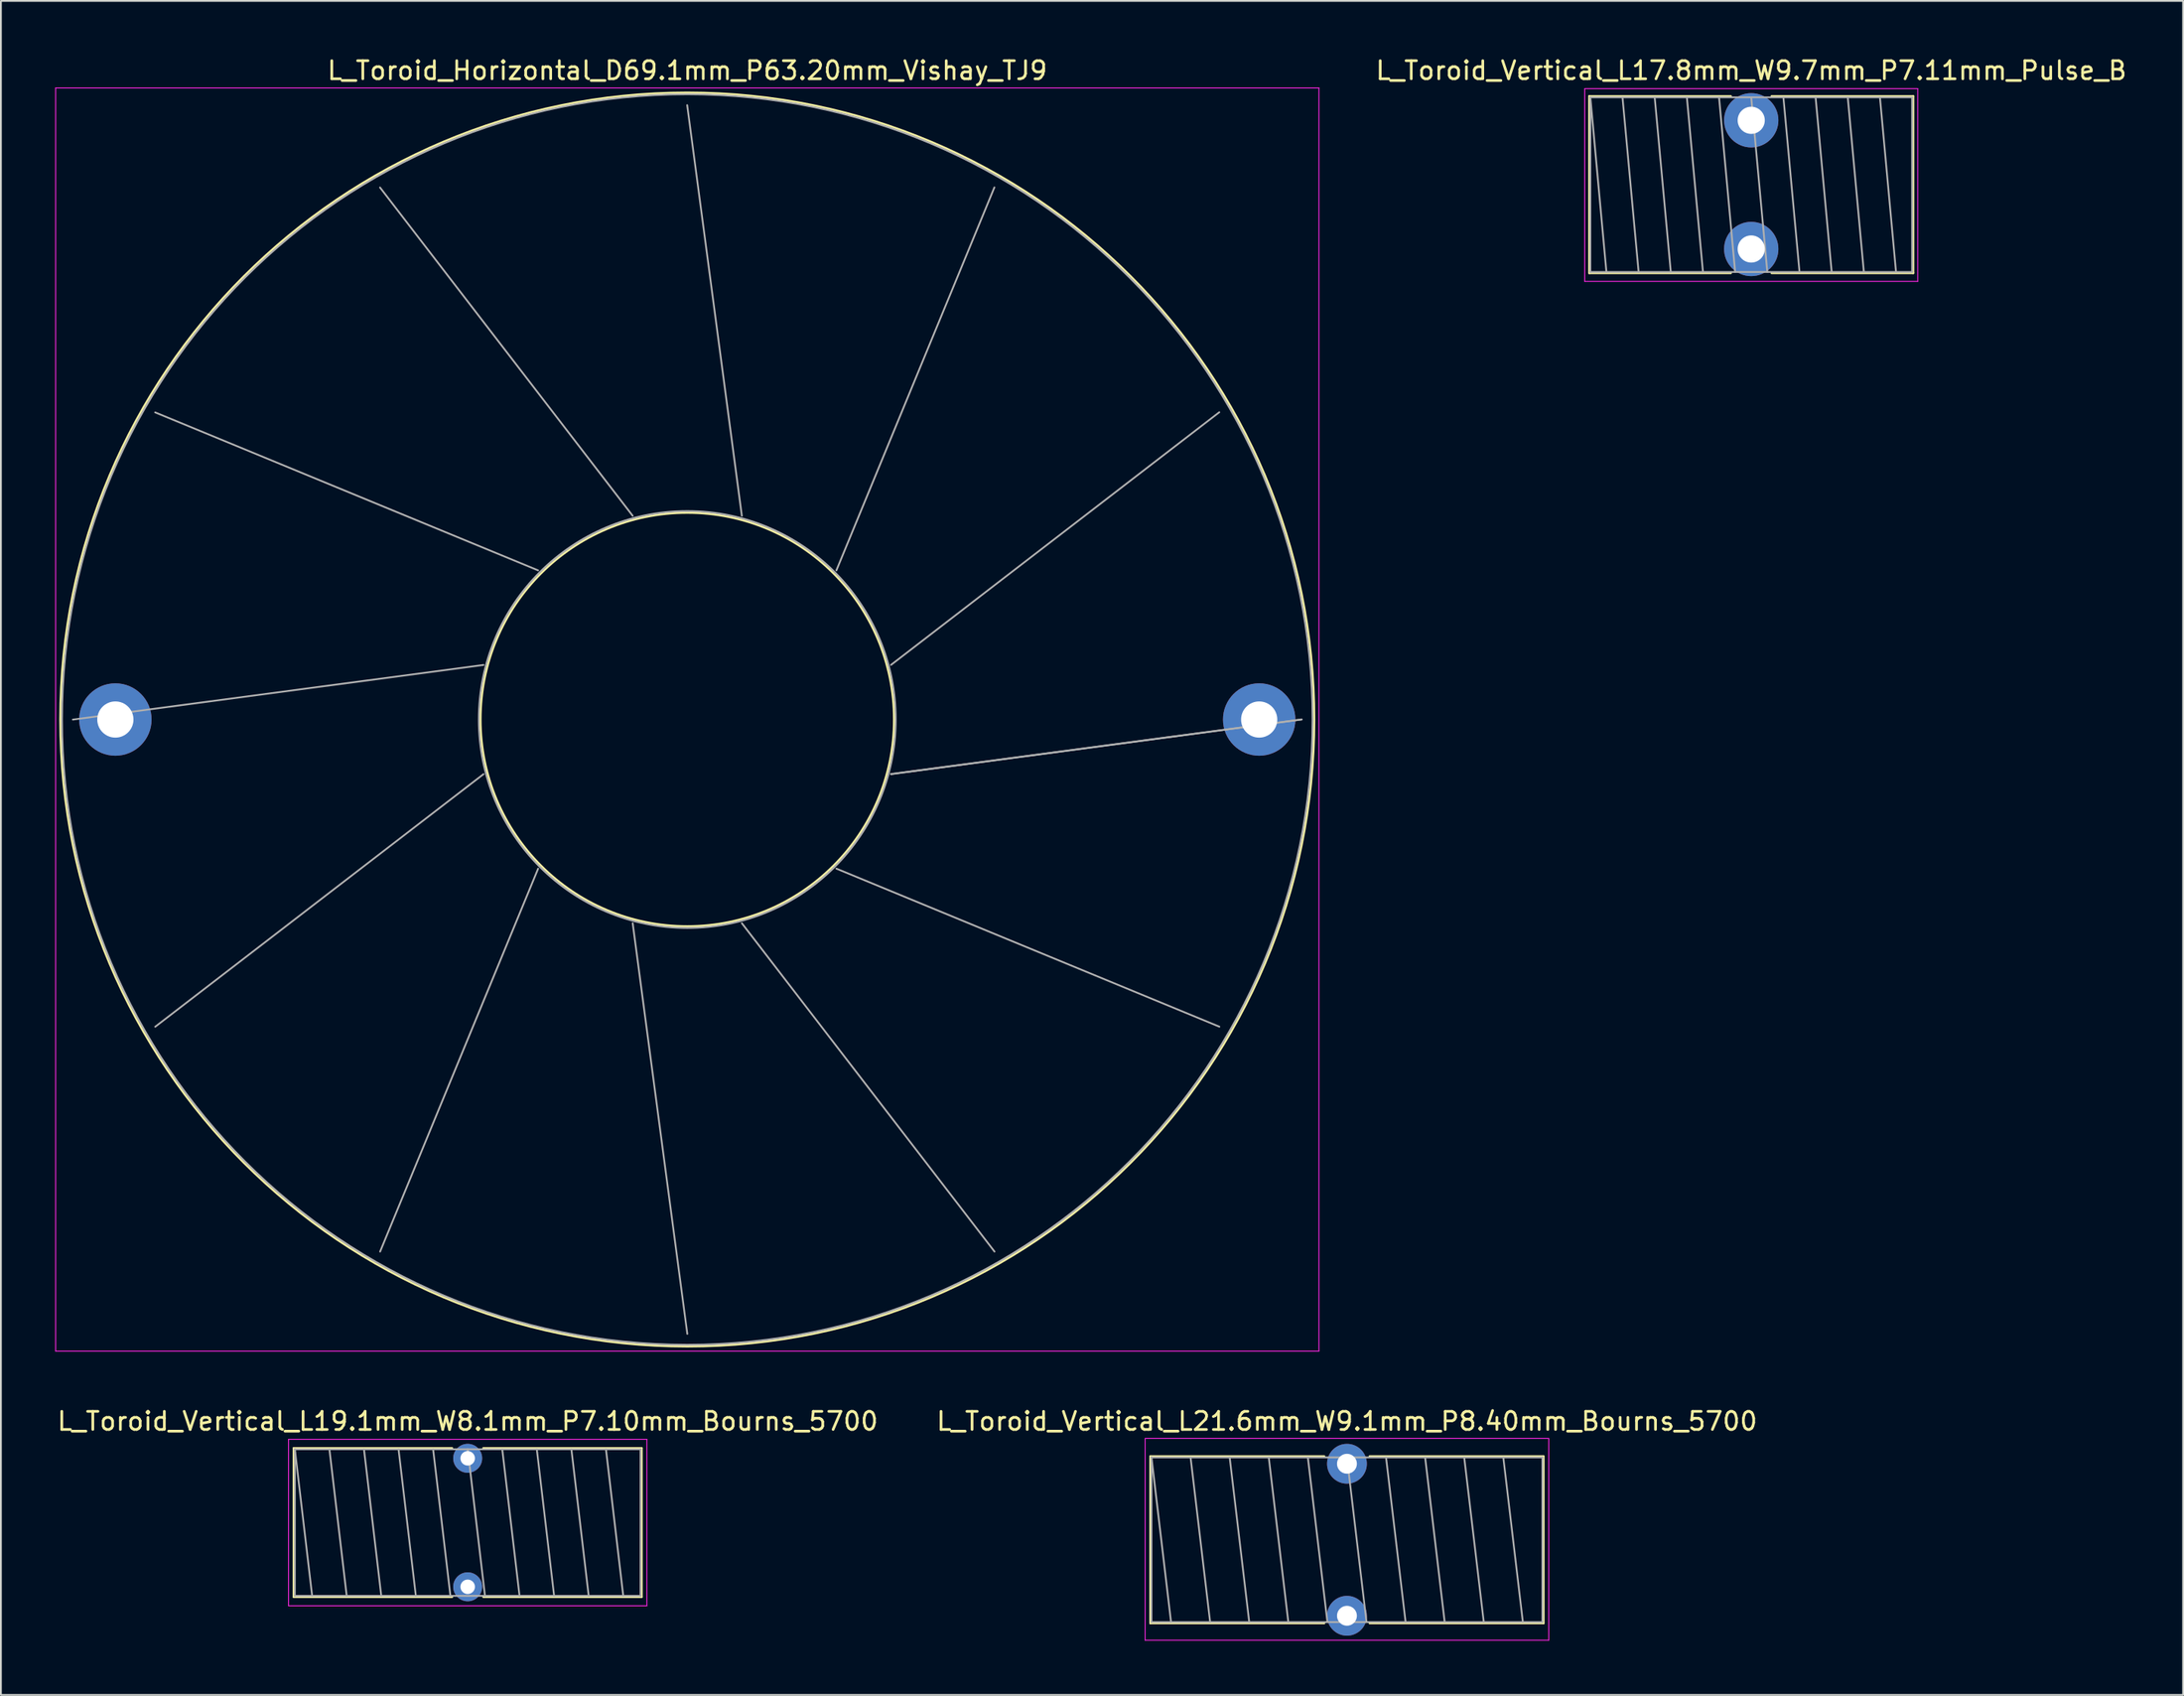
<source format=kicad_pcb>
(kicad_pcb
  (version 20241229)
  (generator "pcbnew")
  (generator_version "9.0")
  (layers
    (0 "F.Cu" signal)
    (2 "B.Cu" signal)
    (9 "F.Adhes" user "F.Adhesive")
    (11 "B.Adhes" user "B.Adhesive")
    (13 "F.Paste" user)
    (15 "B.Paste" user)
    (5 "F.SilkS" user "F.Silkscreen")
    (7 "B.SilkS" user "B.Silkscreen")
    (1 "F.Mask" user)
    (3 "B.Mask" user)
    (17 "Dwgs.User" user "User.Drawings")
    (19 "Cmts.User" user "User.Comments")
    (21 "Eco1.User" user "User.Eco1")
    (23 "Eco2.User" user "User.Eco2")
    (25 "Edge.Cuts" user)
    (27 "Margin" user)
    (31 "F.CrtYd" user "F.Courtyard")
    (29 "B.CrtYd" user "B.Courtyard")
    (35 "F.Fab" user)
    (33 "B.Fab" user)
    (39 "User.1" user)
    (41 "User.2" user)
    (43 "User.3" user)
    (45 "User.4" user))
  (footprint "L_Toroid_Horizontal_D69.1mm_P63.20mm_Vishay_TJ9"
    (layer "F.Cu")
    (at 3.325 36.708)
    (property "Reference" "L_Toroid_Horizontal_D69.1mm_P63.20mm_Vishay_TJ9" (at 31.6 -35.86 0) (layer "F.SilkS") (effects (font (size 1 1) (thickness 0.15))))
    (attr through_hole)
    (fp_circle (center 31.6 0) (end 43.027 0) (stroke (width 0.12) (type solid)) (fill no) (layer "F.SilkS"))
    (fp_circle (center 31.6 0) (end 66.24 0) (stroke (width 0.12) (type solid)) (fill no) (layer "F.SilkS"))
    (fp_line (start -3.3 -34.9) (end -3.3 34.9) (stroke (width 0.05) (type solid)) (layer "F.CrtYd"))
    (fp_line (start -3.3 34.9) (end 66.5 34.9) (stroke (width 0.05) (type solid)) (layer "F.CrtYd"))
    (fp_line (start 66.5 -34.9) (end -3.3 -34.9) (stroke (width 0.05) (type solid)) (layer "F.CrtYd"))
    (fp_line (start 66.5 34.9) (end 66.5 -34.9) (stroke (width 0.05) (type solid)) (layer "F.CrtYd"))
    (fp_line (start -2.347 0.003) (end 20.342 -3.015) (stroke (width 0.1) (type solid)) (layer "F.Fab"))
    (fp_line (start 2.199 -16.97) (end 23.358 -8.241) (stroke (width 0.1) (type solid)) (layer "F.Fab"))
    (fp_line (start 2.202 16.976) (end 20.342 3.018) (stroke (width 0.1) (type solid)) (layer "F.Fab"))
    (fp_line (start 14.623 -29.397) (end 28.582 -11.258) (stroke (width 0.1) (type solid)) (layer "F.Fab"))
    (fp_line (start 14.628 29.4) (end 23.359 8.242) (stroke (width 0.1) (type solid)) (layer "F.Fab"))
    (fp_line (start 31.595 -33.947) (end 34.615 -11.259) (stroke (width 0.1) (type solid)) (layer "F.Fab"))
    (fp_line (start 31.602 33.947) (end 28.584 11.258) (stroke (width 0.1) (type solid)) (layer "F.Fab"))
    (fp_line (start 48.569 -29.402) (end 39.84 -8.243) (stroke (width 0.1) (type solid)) (layer "F.Fab"))
    (fp_line (start 48.575 29.399) (end 34.617 11.258) (stroke (width 0.1) (type solid)) (layer "F.Fab"))
    (fp_line (start 60.996 -16.979) (end 42.858 -3.019) (stroke (width 0.1) (type solid)) (layer "F.Fab"))
    (fp_line (start 60.999 16.973) (end 39.842 8.241) (stroke (width 0.1) (type solid)) (layer "F.Fab"))
    (fp_line (start 65.547 -0.006) (end 42.859 3.014) (stroke (width 0.1) (type solid)) (layer "F.Fab"))
    (fp_line (start 65.547 0) (end 42.858 3.017) (stroke (width 0.1) (type solid)) (layer "F.Fab"))
    (fp_circle (center 31.6 0) (end 43.117 0) (stroke (width 0.1) (type solid)) (fill no) (layer "F.Fab"))
    (fp_circle (center 31.6 0) (end 66.15 0) (stroke (width 0.1) (type solid)) (fill no) (layer "F.Fab"))
    (pad "1" thru_hole circle (at 0 0) (size 4 4) (drill 2) (layers "*.Cu" "*.Mask"))
    (pad "2" thru_hole circle (at 63.2 0) (size 4 4) (drill 2) (layers "*.Cu" "*.Mask")))
  (footprint "L_Toroid_Vertical_L17.8mm_W9.7mm_P7.11mm_Pulse_B"
    (layer "F.Cu")
    (at 93.713 3.598)
    (property "Reference" "L_Toroid_Vertical_L17.8mm_W9.7mm_P7.11mm_Pulse_B" (at 0 -2.75 0) (layer "F.SilkS") (effects (font (size 1 1) (thickness 0.15))))
    (attr through_hole)
    (fp_line (start -8.95 -1.33) (end -8.95 8.44) (stroke (width 0.12) (type solid)) (layer "F.SilkS"))
    (fp_line (start -8.95 -1.33) (end -1.127 -1.33) (stroke (width 0.12) (type solid)) (layer "F.SilkS"))
    (fp_line (start -8.95 8.44) (end -1.127 8.44) (stroke (width 0.12) (type solid)) (layer "F.SilkS"))
    (fp_line (start 1.127 -1.33) (end 8.95 -1.33) (stroke (width 0.12) (type solid)) (layer "F.SilkS"))
    (fp_line (start 1.127 8.44) (end 8.95 8.44) (stroke (width 0.12) (type solid)) (layer "F.SilkS"))
    (fp_line (start 8.95 -1.33) (end 8.95 8.44) (stroke (width 0.12) (type solid)) (layer "F.SilkS"))
    (fp_line (start -9.2 -1.75) (end -9.2 8.9) (stroke (width 0.05) (type solid)) (layer "F.CrtYd"))
    (fp_line (start -9.2 8.9) (end 9.2 8.9) (stroke (width 0.05) (type solid)) (layer "F.CrtYd"))
    (fp_line (start 9.2 -1.75) (end -9.2 -1.75) (stroke (width 0.05) (type solid)) (layer "F.CrtYd"))
    (fp_line (start 9.2 8.9) (end 9.2 -1.75) (stroke (width 0.05) (type solid)) (layer "F.CrtYd"))
    (fp_line (start -8.89 -1.27) (end -8.89 8.38) (stroke (width 0.1) (type solid)) (layer "F.Fab"))
    (fp_line (start -8.89 -1.27) (end -8.001 8.38) (stroke (width 0.1) (type solid)) (layer "F.Fab"))
    (fp_line (start -8.89 8.38) (end 8.89 8.38) (stroke (width 0.1) (type solid)) (layer "F.Fab"))
    (fp_line (start -7.112 -1.27) (end -6.223 8.38) (stroke (width 0.1) (type solid)) (layer "F.Fab"))
    (fp_line (start -5.334 -1.27) (end -4.445 8.38) (stroke (width 0.1) (type solid)) (layer "F.Fab"))
    (fp_line (start -3.556 -1.27) (end -2.667 8.38) (stroke (width 0.1) (type solid)) (layer "F.Fab"))
    (fp_line (start -1.778 -1.27) (end -0.889 8.38) (stroke (width 0.1) (type solid)) (layer "F.Fab"))
    (fp_line (start 0 -1.27) (end 0.889 8.38) (stroke (width 0.1) (type solid)) (layer "F.Fab"))
    (fp_line (start 1.778 -1.27) (end 2.667 8.38) (stroke (width 0.1) (type solid)) (layer "F.Fab"))
    (fp_line (start 3.556 -1.27) (end 4.445 8.38) (stroke (width 0.1) (type solid)) (layer "F.Fab"))
    (fp_line (start 5.334 -1.27) (end 6.223 8.38) (stroke (width 0.1) (type solid)) (layer "F.Fab"))
    (fp_line (start 7.112 -1.27) (end 8.001 8.38) (stroke (width 0.1) (type solid)) (layer "F.Fab"))
    (fp_line (start 8.89 -1.27) (end -8.89 -1.27) (stroke (width 0.1) (type solid)) (layer "F.Fab"))
    (fp_line (start 8.89 8.38) (end 8.89 -1.27) (stroke (width 0.1) (type solid)) (layer "F.Fab"))
    (pad "1" thru_hole circle (at 0 0) (size 3 3) (drill 1.5) (layers "*.Cu" "*.Mask"))
    (pad "2" thru_hole circle (at 0 7.11) (size 3 3) (drill 1.5) (layers "*.Cu" "*.Mask")))
  (footprint "L_Toroid_Vertical_L19.1mm_W8.1mm_P7.10mm_Bourns_5700"
    (layer "F.Cu")
    (at 22.792 77.531)
    (property "Reference" "L_Toroid_Vertical_L19.1mm_W8.1mm_P7.10mm_Bourns_5700" (at 0 -2.05 0) (layer "F.SilkS") (effects (font (size 1 1) (thickness 0.15))))
    (attr through_hole)
    (fp_line (start -9.611 -0.56) (end -9.611 7.66) (stroke (width 0.12) (type solid)) (layer "F.SilkS"))
    (fp_line (start -9.611 -0.56) (end -0.864 -0.56) (stroke (width 0.12) (type solid)) (layer "F.SilkS"))
    (fp_line (start -9.611 7.66) (end -0.864 7.66) (stroke (width 0.12) (type solid)) (layer "F.SilkS"))
    (fp_line (start 0.864 -0.56) (end 9.611 -0.56) (stroke (width 0.12) (type solid)) (layer "F.SilkS"))
    (fp_line (start 0.864 7.66) (end 9.611 7.66) (stroke (width 0.12) (type solid)) (layer "F.SilkS"))
    (fp_line (start 9.611 -0.56) (end 9.611 7.66) (stroke (width 0.12) (type solid)) (layer "F.SilkS"))
    (fp_line (start -9.9 -1.05) (end -9.9 8.15) (stroke (width 0.05) (type solid)) (layer "F.CrtYd"))
    (fp_line (start -9.9 8.15) (end 9.9 8.15) (stroke (width 0.05) (type solid)) (layer "F.CrtYd"))
    (fp_line (start 9.9 -1.05) (end -9.9 -1.05) (stroke (width 0.05) (type solid)) (layer "F.CrtYd"))
    (fp_line (start 9.9 8.15) (end 9.9 -1.05) (stroke (width 0.05) (type solid)) (layer "F.CrtYd"))
    (fp_line (start -9.55 -0.5) (end -9.55 7.6) (stroke (width 0.1) (type solid)) (layer "F.Fab"))
    (fp_line (start -9.55 -0.5) (end -8.595 7.6) (stroke (width 0.1) (type solid)) (layer "F.Fab"))
    (fp_line (start -9.55 7.6) (end 9.55 7.6) (stroke (width 0.1) (type solid)) (layer "F.Fab"))
    (fp_line (start -7.64 -0.5) (end -6.685 7.6) (stroke (width 0.1) (type solid)) (layer "F.Fab"))
    (fp_line (start -5.73 -0.5) (end -4.775 7.6) (stroke (width 0.1) (type solid)) (layer "F.Fab"))
    (fp_line (start -3.82 -0.5) (end -2.865 7.6) (stroke (width 0.1) (type solid)) (layer "F.Fab"))
    (fp_line (start -1.91 -0.5) (end -0.955 7.6) (stroke (width 0.1) (type solid)) (layer "F.Fab"))
    (fp_line (start 0 -0.5) (end 0.955 7.6) (stroke (width 0.1) (type solid)) (layer "F.Fab"))
    (fp_line (start 1.91 -0.5) (end 2.865 7.6) (stroke (width 0.1) (type solid)) (layer "F.Fab"))
    (fp_line (start 3.82 -0.5) (end 4.775 7.6) (stroke (width 0.1) (type solid)) (layer "F.Fab"))
    (fp_line (start 5.73 -0.5) (end 6.685 7.6) (stroke (width 0.1) (type solid)) (layer "F.Fab"))
    (fp_line (start 7.64 -0.5) (end 8.595 7.6) (stroke (width 0.1) (type solid)) (layer "F.Fab"))
    (fp_line (start 9.55 -0.5) (end -9.55 -0.5) (stroke (width 0.1) (type solid)) (layer "F.Fab"))
    (fp_line (start 9.55 7.6) (end 9.55 -0.5) (stroke (width 0.1) (type solid)) (layer "F.Fab"))
    (pad "1" thru_hole circle (at 0 0) (size 1.6 1.6) (drill 0.8) (layers "*.Cu" "*.Mask"))
    (pad "2" thru_hole circle (at 0 7.1) (size 1.6 1.6) (drill 0.8) (layers "*.Cu" "*.Mask")))
  (footprint "L_Toroid_Vertical_L21.6mm_W9.1mm_P8.40mm_Bourns_5700"
    (layer "F.Cu")
    (at 71.375 77.832)
    (property "Reference" "L_Toroid_Vertical_L21.6mm_W9.1mm_P8.40mm_Bourns_5700" (at 0 -2.35 0) (layer "F.SilkS") (effects (font (size 1 1) (thickness 0.15))))
    (attr through_hole)
    (fp_line (start -10.861 -0.41) (end -10.861 8.81) (stroke (width 0.12) (type solid)) (layer "F.SilkS"))
    (fp_line (start -10.861 -0.41) (end -1.255 -0.41) (stroke (width 0.12) (type solid)) (layer "F.SilkS"))
    (fp_line (start -10.861 8.81) (end -1.255 8.81) (stroke (width 0.12) (type solid)) (layer "F.SilkS"))
    (fp_line (start 1.255 -0.41) (end 10.861 -0.41) (stroke (width 0.12) (type solid)) (layer "F.SilkS"))
    (fp_line (start 1.255 8.81) (end 10.861 8.81) (stroke (width 0.12) (type solid)) (layer "F.SilkS"))
    (fp_line (start 10.861 -0.41) (end 10.861 8.81) (stroke (width 0.12) (type solid)) (layer "F.SilkS"))
    (fp_line (start -11.15 -1.4) (end -11.15 9.75) (stroke (width 0.05) (type solid)) (layer "F.CrtYd"))
    (fp_line (start -11.15 9.75) (end 11.15 9.75) (stroke (width 0.05) (type solid)) (layer "F.CrtYd"))
    (fp_line (start 11.15 -1.4) (end -11.15 -1.4) (stroke (width 0.05) (type solid)) (layer "F.CrtYd"))
    (fp_line (start 11.15 9.75) (end 11.15 -1.4) (stroke (width 0.05) (type solid)) (layer "F.CrtYd"))
    (fp_line (start -10.8 -0.35) (end -10.8 8.75) (stroke (width 0.1) (type solid)) (layer "F.Fab"))
    (fp_line (start -10.8 -0.35) (end -9.72 8.75) (stroke (width 0.1) (type solid)) (layer "F.Fab"))
    (fp_line (start -10.8 8.75) (end 10.8 8.75) (stroke (width 0.1) (type solid)) (layer "F.Fab"))
    (fp_line (start -8.64 -0.35) (end -7.56 8.75) (stroke (width 0.1) (type solid)) (layer "F.Fab"))
    (fp_line (start -6.48 -0.35) (end -5.4 8.75) (stroke (width 0.1) (type solid)) (layer "F.Fab"))
    (fp_line (start -4.32 -0.35) (end -3.24 8.75) (stroke (width 0.1) (type solid)) (layer "F.Fab"))
    (fp_line (start -2.16 -0.35) (end -1.08 8.75) (stroke (width 0.1) (type solid)) (layer "F.Fab"))
    (fp_line (start 0 -0.35) (end 1.08 8.75) (stroke (width 0.1) (type solid)) (layer "F.Fab"))
    (fp_line (start 2.16 -0.35) (end 3.24 8.75) (stroke (width 0.1) (type solid)) (layer "F.Fab"))
    (fp_line (start 4.32 -0.35) (end 5.4 8.75) (stroke (width 0.1) (type solid)) (layer "F.Fab"))
    (fp_line (start 6.48 -0.35) (end 7.56 8.75) (stroke (width 0.1) (type solid)) (layer "F.Fab"))
    (fp_line (start 8.64 -0.35) (end 9.72 8.75) (stroke (width 0.1) (type solid)) (layer "F.Fab"))
    (fp_line (start 10.8 -0.35) (end -10.8 -0.35) (stroke (width 0.1) (type solid)) (layer "F.Fab"))
    (fp_line (start 10.8 8.75) (end 10.8 -0.35) (stroke (width 0.1) (type solid)) (layer "F.Fab"))
    (pad "1" thru_hole circle (at 0 0) (size 2.2 2.2) (drill 1.1) (layers "*.Cu" "*.Mask"))
    (pad "2" thru_hole circle (at 0 8.4) (size 2.2 2.2) (drill 1.1) (layers "*.Cu" "*.Mask")))
  (gr_rect
    (start -3 -3)
    (end 117.576 90.606)
    (stroke (width 0.1) (type default))
    (fill no)
    (layer "Edge.Cuts")))
</source>
